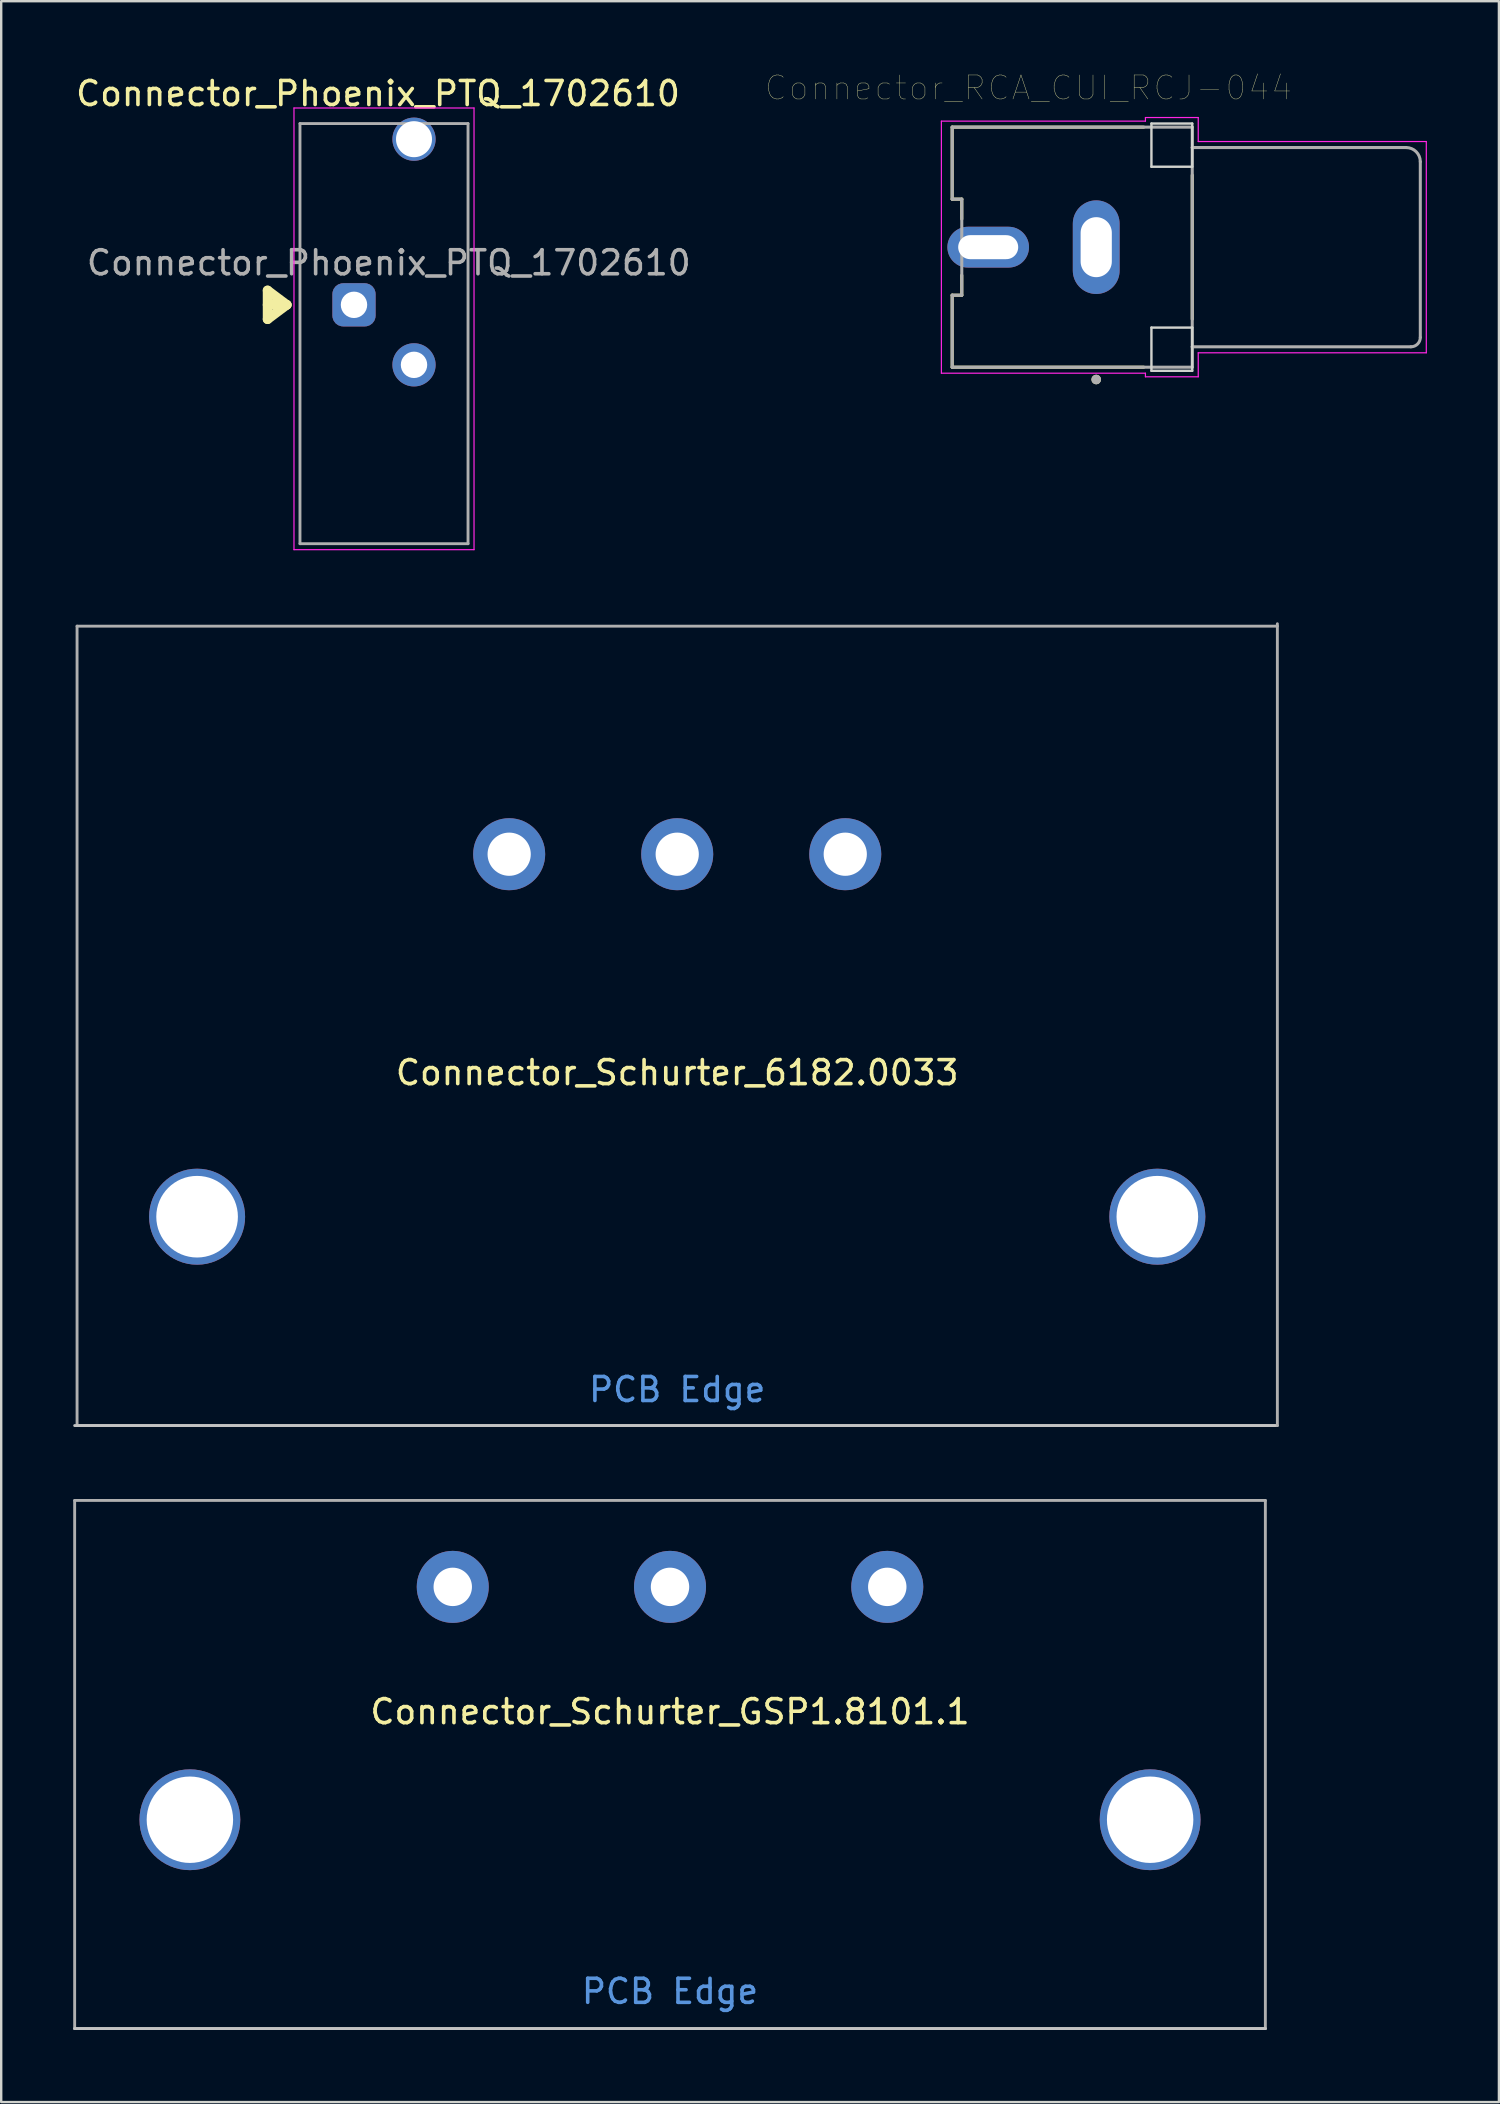
<source format=kicad_pcb>
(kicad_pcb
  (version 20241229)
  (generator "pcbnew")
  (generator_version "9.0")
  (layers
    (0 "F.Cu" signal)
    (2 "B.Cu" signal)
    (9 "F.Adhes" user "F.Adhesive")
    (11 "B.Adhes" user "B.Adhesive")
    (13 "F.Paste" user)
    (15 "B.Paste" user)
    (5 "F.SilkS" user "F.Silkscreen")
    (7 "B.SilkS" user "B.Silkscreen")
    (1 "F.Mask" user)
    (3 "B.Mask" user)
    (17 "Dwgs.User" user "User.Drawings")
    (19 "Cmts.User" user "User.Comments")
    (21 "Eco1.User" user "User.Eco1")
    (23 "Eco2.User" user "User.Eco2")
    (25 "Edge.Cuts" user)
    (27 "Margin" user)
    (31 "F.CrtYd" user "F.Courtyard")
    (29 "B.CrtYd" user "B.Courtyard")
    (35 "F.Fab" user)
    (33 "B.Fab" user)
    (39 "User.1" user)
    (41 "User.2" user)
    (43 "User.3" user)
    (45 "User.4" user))
  (footprint "Connector_Schurter_6182.0033"
    (layer "F.Cu")
    (at 25.16 47.633)
    (property "Reference" "Connector_Schurter_6182.0033" (at 0 -6 0) (layer "F.SilkS") (effects (font (size 1 1) (thickness 0.15))))
    (attr through_hole)
    (fp_line (start -25.1 8.7) (end 24.9 8.7) (stroke (width 0.12) (type solid)) (layer "Dwgs.User"))
    (fp_line (start -25 -24.6) (end 25 -24.6) (stroke (width 0.12) (type solid)) (layer "F.Fab"))
    (fp_line (start -25 8.7) (end -25 -24.6) (stroke (width 0.12) (type solid)) (layer "F.Fab"))
    (fp_line (start 25 -24.7) (end 25 8.7) (stroke (width 0.12) (type solid)) (layer "F.Fab"))
    (fp_line (start 25 8.7) (end -25 8.7) (stroke (width 0.12) (type solid)) (layer "F.Fab"))
    (fp_text user "PCB Edge" (at 0 7.2 0) (layer "Cmts.User") (effects (font (size 1 1) (thickness 0.15))))
    (pad "" np_thru_hole circle (at -20 0) (size 4 4) (drill 3.4) (layers "*.Cu" "*.Mask"))
    (pad "" np_thru_hole circle (at 20 0) (size 4 4) (drill 3.4) (layers "*.Cu" "*.Mask"))
    (pad "1" thru_hole circle (at -7 -15.1) (size 3 3) (drill 1.8) (layers "*.Cu" "*.Mask"))
    (pad "2" thru_hole circle (at 7 -15.1) (size 3 3) (drill 1.8) (layers "*.Cu" "*.Mask"))
    (pad "3" thru_hole circle (at 0 -15.1) (size 3 3) (drill 1.8) (layers "*.Cu" "*.Mask")))
  (footprint "Connector_Schurter_GSP1.8101.1"
    (layer "F.Cu")
    (at 24.86 72.753)
    (property "Reference" "Connector_Schurter_GSP1.8101.1" (at 0 -4.5 0) (layer "F.SilkS") (effects (font (size 1 1) (thickness 0.15))))
    (attr through_hole)
    (fp_line (start -24.8 8.7) (end 24.8 8.7) (stroke (width 0.12) (type solid)) (layer "Dwgs.User"))
    (fp_line (start -24.8 -13.3) (end 24.8 -13.3) (stroke (width 0.12) (type solid)) (layer "F.Fab"))
    (fp_line (start -24.8 8.7) (end -24.8 -13.3) (stroke (width 0.12) (type solid)) (layer "F.Fab"))
    (fp_line (start -24.8 8.7) (end 24.8 8.7) (stroke (width 0.12) (type solid)) (layer "F.Fab"))
    (fp_line (start 24.8 -13.3) (end 24.8 8.7) (stroke (width 0.12) (type solid)) (layer "F.Fab"))
    (fp_text user "PCB Edge" (at 0 7.15 0) (layer "Cmts.User") (effects (font (size 1 1) (thickness 0.15))))
    (pad "" np_thru_hole circle (at -20 0) (size 4.2 4.2) (drill 3.6) (layers "*.Cu" "*.Mask"))
    (pad "" np_thru_hole circle (at 20 0) (size 4.2 4.2) (drill 3.6) (layers "*.Cu" "*.Mask"))
    (pad "1" thru_hole circle (at -9.05 -9.7) (size 3 3) (drill 1.6) (layers "*.Cu" "*.Mask"))
    (pad "2" thru_hole circle (at 9.05 -9.7) (size 3 3) (drill 1.6) (layers "*.Cu" "*.Mask"))
    (pad "3" thru_hole circle (at 0 -9.7) (size 3 3) (drill 1.6) (layers "*.Cu" "*.Mask")))
  (footprint "Connector_Phoenix_PTQ_1702610"
    (layer "F.Cu")
    (at 11.696 9.648)
    (property "Reference" "Connector_Phoenix_PTQ_1702610" (at 1 -8.8 0) (layer "F.SilkS") (effects (font (size 1 1) (thickness 0.15))))
    (attr through_hole)
    (fp_line (start -3.6 -0.6) (end -2.8 0) (stroke (width 0.4) (type solid)) (layer "F.SilkS"))
    (fp_line (start -3.6 0.6) (end -3.6 -0.6) (stroke (width 0.4) (type solid)) (layer "F.SilkS"))
    (fp_line (start -2.8 0) (end -3.6 0) (stroke (width 0.4) (type solid)) (layer "F.SilkS"))
    (fp_line (start -2.8 0) (end -3.6 0.6) (stroke (width 0.4) (type solid)) (layer "F.SilkS"))
    (fp_line (start -2.5 -8.2) (end 5 -8.2) (stroke (width 0.05) (type solid)) (layer "F.CrtYd"))
    (fp_line (start -2.5 10.2) (end -2.5 -8.2) (stroke (width 0.05) (type solid)) (layer "F.CrtYd"))
    (fp_line (start 5 -8.2) (end 5 10.2) (stroke (width 0.05) (type solid)) (layer "F.CrtYd"))
    (fp_line (start 5 10.2) (end -2.5 10.2) (stroke (width 0.05) (type solid)) (layer "F.CrtYd"))
    (fp_line (start -2.25 -7.55) (end 4.75 -7.55) (stroke (width 0.12) (type solid)) (layer "F.Fab"))
    (fp_line (start -2.25 9.95) (end -2.25 -7.55) (stroke (width 0.12) (type solid)) (layer "F.Fab"))
    (fp_line (start -2.25 9.95) (end 4.75 9.95) (stroke (width 0.12) (type solid)) (layer "F.Fab"))
    (fp_line (start 4.75 -7.55) (end 4.75 9.95) (stroke (width 0.12) (type solid)) (layer "F.Fab"))
    (fp_text user "${REFERENCE}" (at 1.45 -1.75 0) (layer "F.Fab") (effects (font (size 1 1) (thickness 0.15))))
    (pad "" np_thru_hole circle (at 2.5 -6.9) (size 1.8 1.8) (drill 1.5) (layers "*.Cu" "*.Mask"))
    (pad "1" thru_hole roundrect (at 0 0) (size 1.8 1.8) (drill 1.1) (layers "*.Cu" "*.Mask") (roundrect_rratio 0.25))
    (pad "2" thru_hole circle (at 2.5 2.5) (size 1.8 1.8) (drill 1.1) (layers "*.Cu" "*.Mask")))
  (footprint "Connector_RCA_CUI_RCJ-044"
    (layer "F.Cu")
    (at 42.614 7.246)
    (property "Reference" "Connector_RCA_CUI_RCJ-044" (at -2.825 -6.635 0) (layer "F.SilkS") (effects (font (size 1 1) (thickness 0.015))))
    (attr through_hole)
    (fp_line (start -6 -5) (end 1.98 -5) (stroke (width 0.127) (type solid)) (layer "F.SilkS"))
    (fp_line (start -6 -2) (end -6 -5) (stroke (width 0.127) (type solid)) (layer "F.SilkS"))
    (fp_line (start -6 2) (end -5.6 2) (stroke (width 0.127) (type solid)) (layer "F.SilkS"))
    (fp_line (start -6 5) (end -6 2) (stroke (width 0.127) (type solid)) (layer "F.SilkS"))
    (fp_line (start -6 5) (end 1.98 5) (stroke (width 0.127) (type solid)) (layer "F.SilkS"))
    (fp_line (start -5.6 -2) (end -6 -2) (stroke (width 0.127) (type solid)) (layer "F.SilkS"))
    (fp_line (start -5.6 -1.17) (end -5.6 -2) (stroke (width 0.127) (type solid)) (layer "F.SilkS"))
    (fp_line (start -5.6 2) (end -5.6 1.17) (stroke (width 0.127) (type solid)) (layer "F.SilkS"))
    (fp_line (start 4 3) (end 4 -3) (stroke (width 0.127) (type solid)) (layer "F.SilkS"))
    (fp_circle (center 0 5.513) (end 0.1 5.513) (stroke (width 0.2) (type solid)) (fill no) (layer "F.SilkS"))
    (fp_line (start 2.3 -5.15) (end 2.3 -3.35) (stroke (width 0.1) (type solid)) (layer "Edge.Cuts"))
    (fp_line (start 2.3 -3.35) (end 4 -3.35) (stroke (width 0.1) (type solid)) (layer "Edge.Cuts"))
    (fp_line (start 2.3 3.35) (end 2.3 5.15) (stroke (width 0.1) (type solid)) (layer "Edge.Cuts"))
    (fp_line (start 2.3 5.15) (end 4 5.15) (stroke (width 0.1) (type solid)) (layer "Edge.Cuts"))
    (fp_line (start 4 -5.15) (end 2.3 -5.15) (stroke (width 0.1) (type solid)) (layer "Edge.Cuts"))
    (fp_line (start 4 -3.35) (end 4 -5.15) (stroke (width 0.1) (type solid)) (layer "Edge.Cuts"))
    (fp_line (start 4 3.35) (end 2.3 3.35) (stroke (width 0.1) (type solid)) (layer "Edge.Cuts"))
    (fp_line (start 4 5.15) (end 4 3.35) (stroke (width 0.1) (type solid)) (layer "Edge.Cuts"))
    (fp_line (start -6.45 -5.25) (end -6.45 5.25) (stroke (width 0.05) (type solid)) (layer "F.CrtYd"))
    (fp_line (start -6.45 5.25) (end 2.05 5.25) (stroke (width 0.05) (type solid)) (layer "F.CrtYd"))
    (fp_line (start 2.05 -5.4) (end 2.05 -5.25) (stroke (width 0.05) (type solid)) (layer "F.CrtYd"))
    (fp_line (start 2.05 -5.25) (end -6.45 -5.25) (stroke (width 0.05) (type solid)) (layer "F.CrtYd"))
    (fp_line (start 2.05 5.25) (end 2.05 5.4) (stroke (width 0.05) (type solid)) (layer "F.CrtYd"))
    (fp_line (start 2.05 5.4) (end 4.25 5.4) (stroke (width 0.05) (type solid)) (layer "F.CrtYd"))
    (fp_line (start 4.25 -5.4) (end 2.05 -5.4) (stroke (width 0.05) (type solid)) (layer "F.CrtYd"))
    (fp_line (start 4.25 -4.4) (end 4.25 -5.4) (stroke (width 0.05) (type solid)) (layer "F.CrtYd"))
    (fp_line (start 4.25 4.4) (end 13.75 4.4) (stroke (width 0.05) (type solid)) (layer "F.CrtYd"))
    (fp_line (start 4.25 5.4) (end 4.25 4.4) (stroke (width 0.05) (type solid)) (layer "F.CrtYd"))
    (fp_line (start 13.75 -4.4) (end 4.25 -4.4) (stroke (width 0.05) (type solid)) (layer "F.CrtYd"))
    (fp_line (start 13.75 4.4) (end 13.75 -4.4) (stroke (width 0.05) (type solid)) (layer "F.CrtYd"))
    (fp_line (start -6 -5) (end 4 -5) (stroke (width 0.127) (type solid)) (layer "F.Fab"))
    (fp_line (start -6 -2) (end -6 -5) (stroke (width 0.127) (type solid)) (layer "F.Fab"))
    (fp_line (start -6 2) (end -5.6 2) (stroke (width 0.127) (type solid)) (layer "F.Fab"))
    (fp_line (start -6 5) (end -6 2) (stroke (width 0.127) (type solid)) (layer "F.Fab"))
    (fp_line (start -5.6 -2) (end -6 -2) (stroke (width 0.127) (type solid)) (layer "F.Fab"))
    (fp_line (start -5.6 2) (end -5.6 -2) (stroke (width 0.127) (type solid)) (layer "F.Fab"))
    (fp_line (start 4 -5) (end 4 -4.15) (stroke (width 0.127) (type solid)) (layer "F.Fab"))
    (fp_line (start 4 -4.15) (end 4 4.15) (stroke (width 0.127) (type solid)) (layer "F.Fab"))
    (fp_line (start 4 -4.15) (end 12.91 -4.15) (stroke (width 0.127) (type solid)) (layer "F.Fab"))
    (fp_line (start 4 4.15) (end 4 5) (stroke (width 0.127) (type solid)) (layer "F.Fab"))
    (fp_line (start 4 5) (end -6 5) (stroke (width 0.127) (type solid)) (layer "F.Fab"))
    (fp_line (start 13.11 4.15) (end 4 4.15) (stroke (width 0.127) (type solid)) (layer "F.Fab"))
    (fp_line (start 13.5 -3.56) (end 13.5 3.76) (stroke (width 0.127) (type solid)) (layer "F.Fab"))
    (fp_arc (start 12.91 -4.15) (mid 13.327193 -3.977193) (end 13.5 -3.56) (stroke (width 0.127) (type solid)) (layer "F.Fab"))
    (fp_arc (start 13.5 3.76) (mid 13.385772 4.035772) (end 13.11 4.15) (stroke (width 0.127) (type solid)) (layer "F.Fab"))
    (fp_circle (center 0 5.513) (end 0.1 5.513) (stroke (width 0.2) (type solid)) (fill no) (layer "F.Fab"))
    (pad "1" thru_hole oval (at 0 0) (size 1.95 3.9) (drill oval 1.3 2.5) (layers "*.Cu" "*.Mask"))
    (pad "2" thru_hole oval (at -4.5 0) (size 3.4 1.7) (drill oval 2.5 1) (layers "*.Cu" "*.Mask")))
  (gr_rect
    (start -3 -3)
    (end 59.389 84.513)
    (stroke (width 0.1) (type default))
    (fill no)
    (layer "Edge.Cuts")))
</source>
